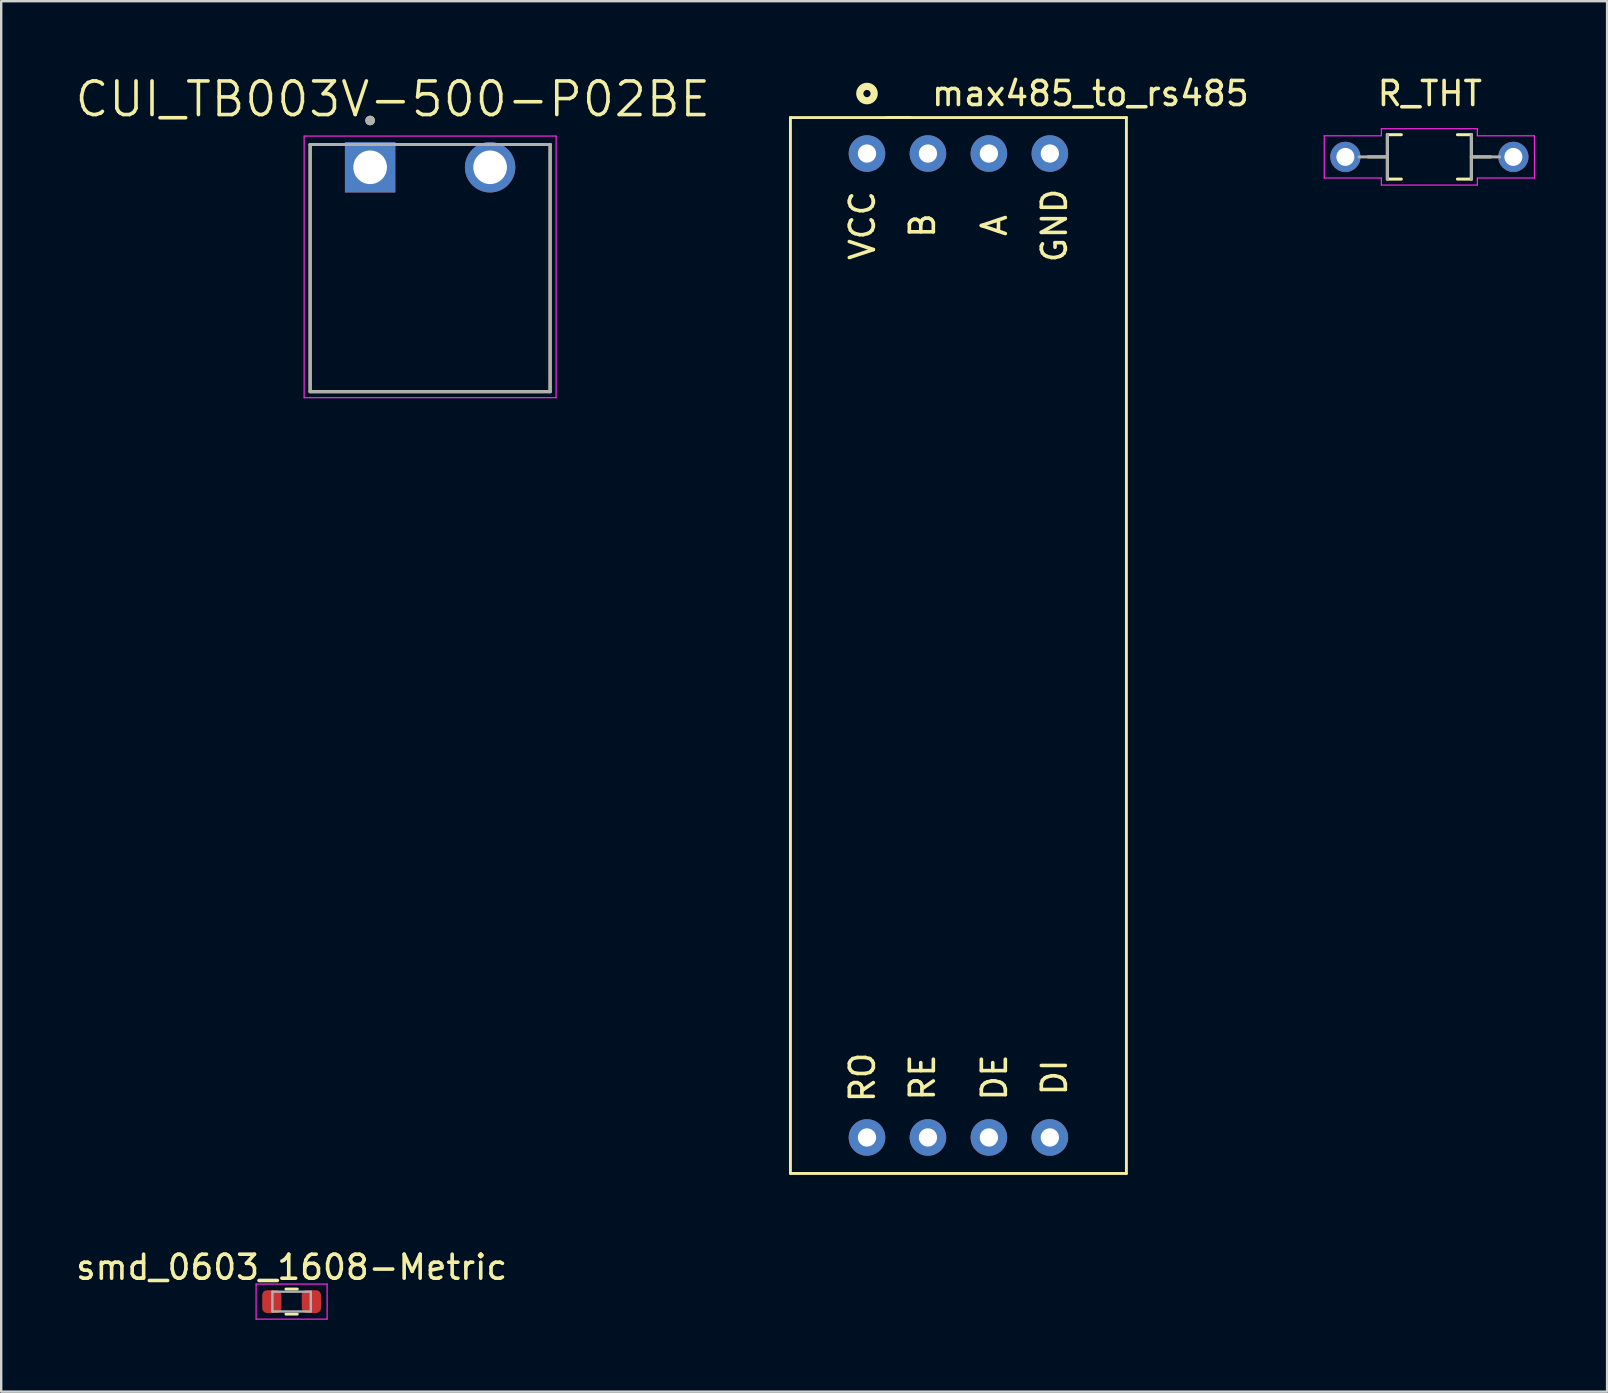
<source format=kicad_pcb>
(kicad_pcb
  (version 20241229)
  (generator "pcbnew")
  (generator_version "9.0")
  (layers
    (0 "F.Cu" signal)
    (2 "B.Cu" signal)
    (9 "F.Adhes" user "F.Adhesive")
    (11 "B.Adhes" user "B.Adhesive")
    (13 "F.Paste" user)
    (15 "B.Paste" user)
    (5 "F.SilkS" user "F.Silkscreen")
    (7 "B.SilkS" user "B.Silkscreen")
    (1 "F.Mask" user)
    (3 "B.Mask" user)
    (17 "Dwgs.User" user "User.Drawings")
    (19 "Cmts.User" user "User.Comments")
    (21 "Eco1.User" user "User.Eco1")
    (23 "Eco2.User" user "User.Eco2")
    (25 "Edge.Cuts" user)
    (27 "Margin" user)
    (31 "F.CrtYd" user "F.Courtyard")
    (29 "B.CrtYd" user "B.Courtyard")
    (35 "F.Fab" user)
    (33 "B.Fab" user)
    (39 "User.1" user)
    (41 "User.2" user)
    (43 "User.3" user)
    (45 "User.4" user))
  (footprint "R_THT"
    (layer "F.Cu")
    (at 56.512 3.488)
    (property "Reference" "R_THT" (at 0.018 -2.64 0) (layer "F.SilkS") (effects (font (size 1.001 1.001) (thickness 0.15))))
    (attr through_hole)
    (fp_line (start -1.75 -0.925) (end -1.75 0) (stroke (width 0.127) (type solid)) (layer "F.SilkS"))
    (fp_line (start -1.75 0) (end -2.55 0) (stroke (width 0.127) (type solid)) (layer "F.SilkS"))
    (fp_line (start -1.75 0) (end -1.75 0.925) (stroke (width 0.127) (type solid)) (layer "F.SilkS"))
    (fp_line (start -1.75 0.925) (end -1.17 0.925) (stroke (width 0.127) (type solid)) (layer "F.SilkS"))
    (fp_line (start -1.17 -0.925) (end -1.75 -0.925) (stroke (width 0.127) (type solid)) (layer "F.SilkS"))
    (fp_line (start 1.17 -0.925) (end 1.75 -0.925) (stroke (width 0.127) (type solid)) (layer "F.SilkS"))
    (fp_line (start 1.17 0.925) (end 1.75 0.925) (stroke (width 0.127) (type solid)) (layer "F.SilkS"))
    (fp_line (start 1.75 -0.925) (end 1.75 0) (stroke (width 0.127) (type solid)) (layer "F.SilkS"))
    (fp_line (start 1.75 0) (end 1.75 0.925) (stroke (width 0.127) (type solid)) (layer "F.SilkS"))
    (fp_line (start 1.75 0) (end 2.55 0) (stroke (width 0.127) (type solid)) (layer "F.SilkS"))
    (fp_line (start -4.38 -0.88) (end -2 -0.88) (stroke (width 0.05) (type solid)) (layer "F.CrtYd"))
    (fp_line (start -4.38 0.88) (end -4.38 -0.88) (stroke (width 0.05) (type solid)) (layer "F.CrtYd"))
    (fp_line (start -2 -1.175) (end 2 -1.175) (stroke (width 0.05) (type solid)) (layer "F.CrtYd"))
    (fp_line (start -2 -0.88) (end -2 -1.175) (stroke (width 0.05) (type solid)) (layer "F.CrtYd"))
    (fp_line (start -2 0.88) (end -4.38 0.88) (stroke (width 0.05) (type solid)) (layer "F.CrtYd"))
    (fp_line (start -2 1.175) (end -2 0.88) (stroke (width 0.05) (type solid)) (layer "F.CrtYd"))
    (fp_line (start 2 -1.175) (end 2 -0.88) (stroke (width 0.05) (type solid)) (layer "F.CrtYd"))
    (fp_line (start 2 -0.88) (end 4.38 -0.88) (stroke (width 0.05) (type solid)) (layer "F.CrtYd"))
    (fp_line (start 2 0.88) (end 2 1.175) (stroke (width 0.05) (type solid)) (layer "F.CrtYd"))
    (fp_line (start 2 1.175) (end -2 1.175) (stroke (width 0.05) (type solid)) (layer "F.CrtYd"))
    (fp_line (start 4.38 -0.88) (end 4.38 0.88) (stroke (width 0.05) (type solid)) (layer "F.CrtYd"))
    (fp_line (start 4.38 0.88) (end 2 0.88) (stroke (width 0.05) (type solid)) (layer "F.CrtYd"))
    (fp_line (start -2.925 0) (end -1.75 0) (stroke (width 0.127) (type solid)) (layer "F.Fab"))
    (fp_line (start -1.75 0) (end -1.75 -0.925) (stroke (width 0.127) (type solid)) (layer "F.Fab"))
    (fp_line (start -1.75 0.925) (end -1.75 0) (stroke (width 0.127) (type solid)) (layer "F.Fab"))
    (fp_line (start 1.75 -0.925) (end 1.75 0) (stroke (width 0.127) (type solid)) (layer "F.Fab"))
    (fp_line (start 1.75 0) (end 1.75 0.925) (stroke (width 0.127) (type solid)) (layer "F.Fab"))
    (fp_line (start 2.925 0) (end 1.75 0) (stroke (width 0.127) (type solid)) (layer "F.Fab"))
    (pad "1" thru_hole circle (at -3.5 0) (size 1.258 1.258) (drill 0.75) (layers "*.Cu" "*.Mask"))
    (pad "2" thru_hole circle (at 3.5 0) (size 1.258 1.258) (drill 0.75) (layers "*.Cu" "*.Mask")))
  (footprint "smd_0603_1608-Metric"
    (layer "F.Cu")
    (at 9.101 51.187)
    (property "Reference" "smd_0603_1608-Metric" (at 0 -1.43 0) (layer "F.SilkS") (effects (font (size 1 1) (thickness 0.15))))
    (attr smd)
    (fp_line (start -0.237 -0.522) (end 0.237 -0.522) (stroke (width 0.12) (type solid)) (layer "F.SilkS"))
    (fp_line (start -0.237 0.522) (end 0.237 0.522) (stroke (width 0.12) (type solid)) (layer "F.SilkS"))
    (fp_line (start -1.48 -0.73) (end 1.48 -0.73) (stroke (width 0.05) (type solid)) (layer "F.CrtYd"))
    (fp_line (start -1.48 0.73) (end -1.48 -0.73) (stroke (width 0.05) (type solid)) (layer "F.CrtYd"))
    (fp_line (start 1.48 -0.73) (end 1.48 0.73) (stroke (width 0.05) (type solid)) (layer "F.CrtYd"))
    (fp_line (start 1.48 0.73) (end -1.48 0.73) (stroke (width 0.05) (type solid)) (layer "F.CrtYd"))
    (fp_line (start -0.8 -0.412) (end 0.8 -0.412) (stroke (width 0.1) (type solid)) (layer "F.Fab"))
    (fp_line (start -0.8 0.412) (end -0.8 -0.412) (stroke (width 0.1) (type solid)) (layer "F.Fab"))
    (fp_line (start 0.8 -0.412) (end 0.8 0.412) (stroke (width 0.1) (type solid)) (layer "F.Fab"))
    (fp_line (start 0.8 0.412) (end -0.8 0.412) (stroke (width 0.1) (type solid)) (layer "F.Fab"))
    (pad "1" smd roundrect (at -0.825 0) (size 0.8 0.95) (layers "F.Cu" "F.Mask" "F.Paste") (roundrect_rratio 0.25))
    (pad "2" smd roundrect (at 0.825 0) (size 0.8 0.95) (layers "F.Cu" "F.Mask" "F.Paste") (roundrect_rratio 0.25)))
  (footprint "max485_to_rs485"
    (layer "F.Cu")
    (at 29.887 1.848)
    (property "Reference" "max485_to_rs485" (at 12.5 -1 0) (layer "F.SilkS") (effects (font (size 1 1) (thickness 0.15))))
    (attr through_hole)
    (fp_line (start 0 0) (end 0 44) (stroke (width 0.12) (type solid)) (layer "F.SilkS"))
    (fp_line (start 0 0) (end 14 0) (stroke (width 0.12) (type solid)) (layer "F.SilkS"))
    (fp_line (start 0 44) (end 14 44) (stroke (width 0.12) (type solid)) (layer "F.SilkS"))
    (fp_line (start 5 0) (end 4 0) (stroke (width 0.12) (type solid)) (layer "F.SilkS"))
    (fp_line (start 14 0) (end 14 44) (stroke (width 0.12) (type solid)) (layer "F.SilkS"))
    (fp_circle (center 3.19 -1) (end 3.49 -1) (stroke (width 0.3) (type solid)) (fill no) (layer "F.SilkS"))
    (fp_text user "DI" (at 11 40 90) (layer "F.SilkS") (effects (font (size 1 1) (thickness 0.15))))
    (fp_text user "A" (at 8.5 4.5 90) (layer "F.SilkS") (effects (font (size 1 1) (thickness 0.15))))
    (fp_text user "RE" (at 5.5 40 90) (layer "F.SilkS") (effects (font (size 1 1) (thickness 0.15))))
    (fp_text user "DE" (at 8.5 40 90) (layer "F.SilkS") (effects (font (size 1 1) (thickness 0.15))))
    (fp_text user "B" (at 5.5 4.5 90) (layer "F.SilkS") (effects (font (size 1 1) (thickness 0.15))))
    (fp_text user "GND" (at 11 4.5 90) (layer "F.SilkS") (effects (font (size 1 1) (thickness 0.15))))
    (fp_text user "VCC" (at 3 4.5 90) (layer "F.SilkS") (effects (font (size 1 1) (thickness 0.15))))
    (fp_text user "RO" (at 3 40 90) (layer "F.SilkS") (effects (font (size 1 1) (thickness 0.15))))
    (pad "1" thru_hole circle (at 3.19 1.5) (size 1.524 1.524) (drill 0.762) (layers "*.Cu" "*.Mask"))
    (pad "2" thru_hole circle (at 5.73 1.5) (size 1.524 1.524) (drill 0.762) (layers "*.Cu" "*.Mask"))
    (pad "3" thru_hole circle (at 8.27 1.5) (size 1.524 1.524) (drill 0.762) (layers "*.Cu" "*.Mask"))
    (pad "4" thru_hole circle (at 10.81 1.5) (size 1.524 1.524) (drill 0.762) (layers "*.Cu" "*.Mask"))
    (pad "5" thru_hole circle (at 3.19 42.5) (size 1.524 1.524) (drill 0.762) (layers "*.Cu" "*.Mask"))
    (pad "6" thru_hole circle (at 5.73 42.5) (size 1.524 1.524) (drill 0.762) (layers "*.Cu" "*.Mask"))
    (pad "7" thru_hole circle (at 8.27 42.5) (size 1.524 1.524) (drill 0.762) (layers "*.Cu" "*.Mask"))
    (pad "8" thru_hole circle (at 10.81 42.5) (size 1.524 1.524) (drill 0.762) (layers "*.Cu" "*.Mask")))
  (footprint "CUI_TB003V-500-P02BE"
    (layer "F.Cu")
    (at 12.373 3.921)
    (property "Reference" "CUI_TB003V-500-P02BE" (at 0.945 -2.839 0) (layer "F.SilkS") (effects (font (size 1.4 1.4) (thickness 0.15))))
    (attr through_hole)
    (fp_line (start -2.5 -0.95) (end -1.5 -0.95) (stroke (width 0.127) (type solid)) (layer "F.SilkS"))
    (fp_line (start -2.5 9.35) (end -2.5 -0.95) (stroke (width 0.127) (type solid)) (layer "F.SilkS"))
    (fp_line (start 7.5 -0.95) (end 6.5 -0.95) (stroke (width 0.127) (type solid)) (layer "F.SilkS"))
    (fp_line (start 7.5 -0.95) (end 7.5 9.35) (stroke (width 0.127) (type solid)) (layer "F.SilkS"))
    (fp_line (start 7.5 9.35) (end -2.5 9.35) (stroke (width 0.127) (type solid)) (layer "F.SilkS"))
    (fp_circle (center 0 -1.95) (end 0.1 -1.95) (stroke (width 0.2) (type solid)) (fill no) (layer "F.SilkS"))
    (fp_line (start -2.75 -1.3) (end 7.75 -1.3) (stroke (width 0.05) (type solid)) (layer "F.CrtYd"))
    (fp_line (start -2.75 9.6) (end -2.75 -1.3) (stroke (width 0.05) (type solid)) (layer "F.CrtYd"))
    (fp_line (start 7.75 -1.3) (end 7.75 9.6) (stroke (width 0.05) (type solid)) (layer "F.CrtYd"))
    (fp_line (start 7.75 9.6) (end -2.75 9.6) (stroke (width 0.05) (type solid)) (layer "F.CrtYd"))
    (fp_line (start -2.5 -0.95) (end 7.5 -0.95) (stroke (width 0.127) (type solid)) (layer "F.Fab"))
    (fp_line (start -2.5 9.35) (end -2.5 -0.95) (stroke (width 0.127) (type solid)) (layer "F.Fab"))
    (fp_line (start 7.5 -0.95) (end 7.5 9.35) (stroke (width 0.127) (type solid)) (layer "F.Fab"))
    (fp_line (start 7.5 9.35) (end -2.5 9.35) (stroke (width 0.127) (type solid)) (layer "F.Fab"))
    (fp_circle (center 0 -1.95) (end 0.1 -1.95) (stroke (width 0.2) (type solid)) (fill no) (layer "F.Fab"))
    (pad "1" thru_hole rect (at 0 0) (size 2.1 2.1) (drill 1.4) (layers "*.Cu" "*.Mask"))
    (pad "2" thru_hole circle (at 5 0) (size 2.1 2.1) (drill 1.4) (layers "*.Cu" "*.Mask")))
  (gr_rect
    (start -3 -3)
    (end 63.917 54.941)
    (stroke (width 0.1) (type default))
    (fill no)
    (layer "Edge.Cuts")))
</source>
